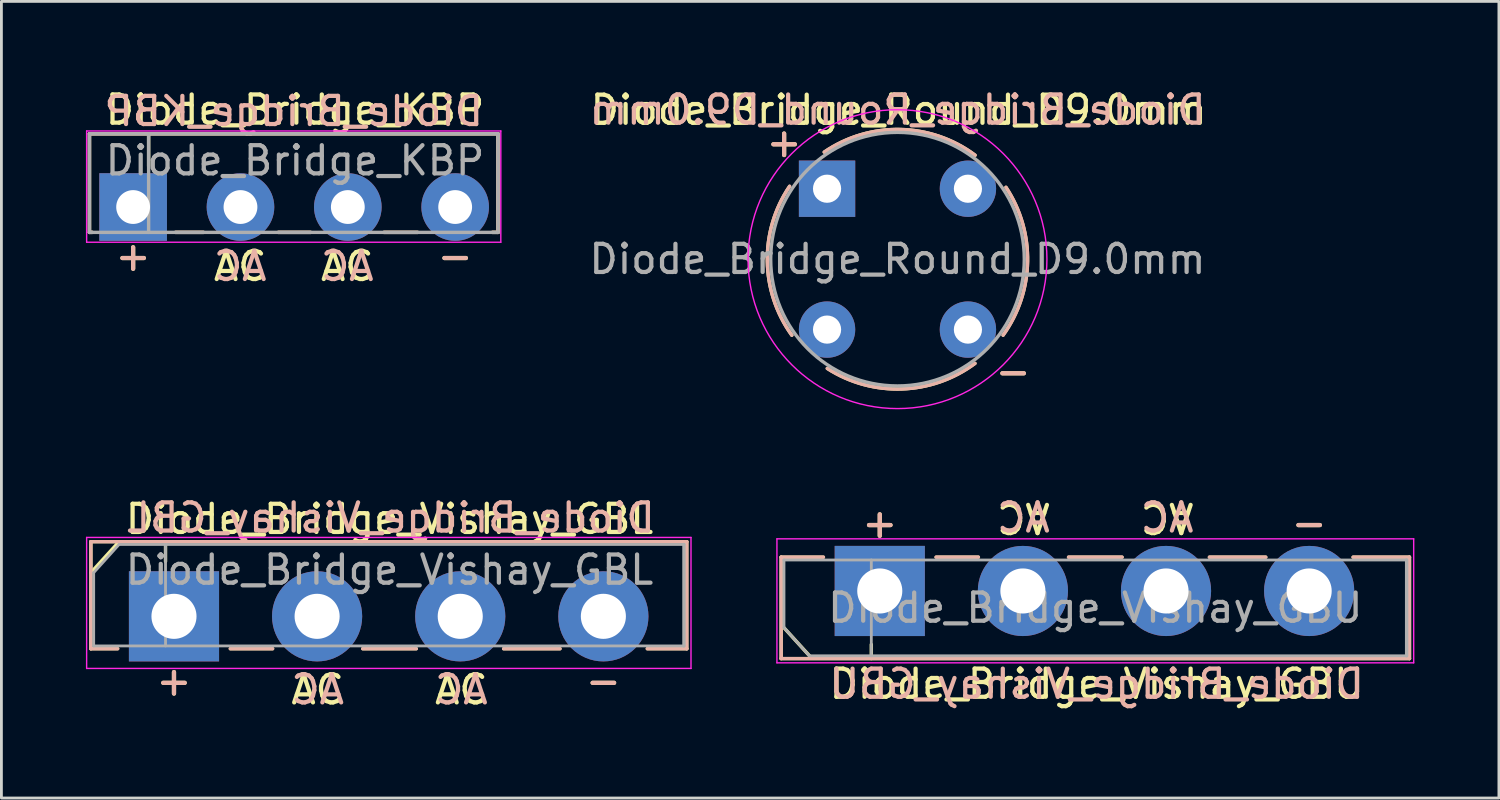
<source format=kicad_pcb>
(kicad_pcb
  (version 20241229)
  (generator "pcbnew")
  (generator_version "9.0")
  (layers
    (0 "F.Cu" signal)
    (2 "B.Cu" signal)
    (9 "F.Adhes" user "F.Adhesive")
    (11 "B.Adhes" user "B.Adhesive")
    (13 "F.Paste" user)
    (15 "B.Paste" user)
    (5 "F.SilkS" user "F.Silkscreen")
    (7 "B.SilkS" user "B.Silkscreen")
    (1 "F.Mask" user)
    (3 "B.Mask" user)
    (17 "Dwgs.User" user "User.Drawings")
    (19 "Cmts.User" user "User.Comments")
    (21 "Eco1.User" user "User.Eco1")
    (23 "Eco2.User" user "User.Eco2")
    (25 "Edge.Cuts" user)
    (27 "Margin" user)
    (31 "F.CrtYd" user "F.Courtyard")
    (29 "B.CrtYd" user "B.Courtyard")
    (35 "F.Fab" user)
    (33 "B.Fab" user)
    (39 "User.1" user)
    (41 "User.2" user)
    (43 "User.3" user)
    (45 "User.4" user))
  (footprint "Diode_Bridge_Vishay_GBL"
    (layer "F.Cu")
    (at 3.125 18.825)
    (property "Reference" "Diode_Bridge_Vishay_GBL" (at 7.65 -3.45 0) (layer "F.SilkS") (effects (font (size 1 1) (thickness 0.15))))
    (fp_line (start -2.95 -2.65) (end -2.95 1.15) (stroke (width 0.12) (type solid)) (layer "F.SilkS"))
    (fp_line (start -2.95 -1.55) (end -1.95 -2.65) (stroke (width 0.12) (type solid)) (layer "F.SilkS"))
    (fp_line (start -2.95 1.15) (end -2 1.15) (stroke (width 0.12) (type solid)) (layer "F.SilkS"))
    (fp_line (start -0.3 -2.65) (end -0.3 -1.95) (stroke (width 0.12) (type solid)) (layer "F.SilkS"))
    (fp_line (start 2 1.15) (end 3.5 1.15) (stroke (width 0.12) (type solid)) (layer "F.SilkS"))
    (fp_line (start 6.7 1.15) (end 8.6 1.15) (stroke (width 0.12) (type solid)) (layer "F.SilkS"))
    (fp_line (start 11.7 1.15) (end 13.7 1.15) (stroke (width 0.12) (type solid)) (layer "F.SilkS"))
    (fp_line (start 16.8 1.15) (end 18.2 1.15) (stroke (width 0.12) (type solid)) (layer "F.SilkS"))
    (fp_line (start 18.2 -2.65) (end -2.95 -2.65) (stroke (width 0.12) (type solid)) (layer "F.SilkS"))
    (fp_line (start 18.2 1.15) (end 18.2 -2.65) (stroke (width 0.12) (type solid)) (layer "F.SilkS"))
    (fp_line (start -2.95 -2.65) (end -2.95 1.15) (stroke (width 0.12) (type solid)) (layer "B.SilkS"))
    (fp_line (start -2.95 1.15) (end -2 1.15) (stroke (width 0.12) (type solid)) (layer "B.SilkS"))
    (fp_line (start 2 1.15) (end 3.5 1.15) (stroke (width 0.12) (type solid)) (layer "B.SilkS"))
    (fp_line (start 6.7 1.15) (end 8.6 1.15) (stroke (width 0.12) (type solid)) (layer "B.SilkS"))
    (fp_line (start 11.7 1.15) (end 13.7 1.15) (stroke (width 0.12) (type solid)) (layer "B.SilkS"))
    (fp_line (start 16.8 1.15) (end 18.2 1.15) (stroke (width 0.12) (type solid)) (layer "B.SilkS"))
    (fp_line (start 18.2 -2.65) (end -2.95 -2.65) (stroke (width 0.12) (type solid)) (layer "B.SilkS"))
    (fp_line (start 18.2 1.15) (end 18.2 -2.65) (stroke (width 0.12) (type solid)) (layer "B.SilkS"))
    (fp_line (start -3.1 1.85) (end -3.1 -2.8) (stroke (width 0.05) (type solid)) (layer "F.CrtYd"))
    (fp_line (start -3.1 1.85) (end 18.35 1.85) (stroke (width 0.05) (type solid)) (layer "F.CrtYd"))
    (fp_line (start 18.35 -2.8) (end -3.1 -2.8) (stroke (width 0.05) (type solid)) (layer "F.CrtYd"))
    (fp_line (start 18.35 -2.8) (end 18.35 1.85) (stroke (width 0.05) (type solid)) (layer "F.CrtYd"))
    (fp_line (start -2.85 -1.55) (end -2.85 1.05) (stroke (width 0.1) (type solid)) (layer "F.Fab"))
    (fp_line (start -2.85 1.05) (end 18.1 1.05) (stroke (width 0.1) (type solid)) (layer "F.Fab"))
    (fp_line (start -1.95 -2.55) (end -2.85 -1.55) (stroke (width 0.1) (type solid)) (layer "F.Fab"))
    (fp_line (start -0.3 -2.55) (end -0.3 1.05) (stroke (width 0.1) (type solid)) (layer "F.Fab"))
    (fp_line (start 18.1 -2.55) (end -1.95 -2.55) (stroke (width 0.1) (type solid)) (layer "F.Fab"))
    (fp_line (start 18.1 1.05) (end 18.1 -2.55) (stroke (width 0.12) (type solid)) (layer "F.Fab"))
    (fp_text user "-" (at 15.24 2.286 0) (layer "F.SilkS") (effects (font (size 1 1) (thickness 0.15))))
    (fp_text user "AC" (at 10.2 2.6 0) (layer "F.SilkS") (effects (font (size 1 1) (thickness 0.15))))
    (fp_text user "AC" (at 5.1 2.6 0) (layer "F.SilkS") (effects (font (size 1 1) (thickness 0.15))))
    (fp_text user "+" (at 0 2.286 0) (layer "F.SilkS") (effects (font (size 1 1) (thickness 0.15))))
    (fp_text user "AC" (at 10.2 2.6 0) (layer "B.SilkS") (effects (font (size 1 1) (thickness 0.15)) (justify mirror)))
    (fp_text user "${REFERENCE}" (at 7.7 -3.5 0) (layer "B.SilkS") (effects (font (size 1 1) (thickness 0.15)) (justify mirror)))
    (fp_text user "AC" (at 5.1 2.6 0) (layer "B.SilkS") (effects (font (size 1 1) (thickness 0.15)) (justify mirror)))
    (fp_text user "+" (at 0 2.286 0) (layer "B.SilkS") (effects (font (size 1 1) (thickness 0.15)) (justify mirror)))
    (fp_text user "-" (at 15.24 2.286 0) (layer "B.SilkS") (effects (font (size 1 1) (thickness 0.15)) (justify mirror)))
    (fp_text user "${REFERENCE}" (at 7.65 -1.65 0) (layer "F.Fab") (effects (font (size 1 1) (thickness 0.15))))
    (pad "1" thru_hole rect (at 0 0 180) (size 3.2 3.2) (drill 1.6) (layers "*.Cu" "*.Mask"))
    (pad "2" thru_hole circle (at 5.08 0 180) (size 3.2 3.2) (drill 1.6) (layers "*.Cu" "*.Mask"))
    (pad "3" thru_hole circle (at 10.16 0 180) (size 3.2 3.2) (drill 1.6) (layers "*.Cu" "*.Mask"))
    (pad "4" thru_hole circle (at 15.24 0 180) (size 3.2 3.2) (drill 1.6) (layers "*.Cu" "*.Mask")))
  (footprint "Diode_Bridge_Vishay_GBU"
    (layer "F.Cu")
    (at 28.175 17.925)
    (property "Reference" "Diode_Bridge_Vishay_GBU" (at 7.7 3.3 180) (layer "F.SilkS") (effects (font (size 1 1) (thickness 0.15))))
    (fp_line (start -3.5 -1.2) (end -2 -1.2) (stroke (width 0.12) (type solid)) (layer "F.SilkS"))
    (fp_line (start -3.5 2.4) (end -3.5 -1.2) (stroke (width 0.12) (type solid)) (layer "F.SilkS"))
    (fp_line (start -3.45 1.25) (end -2.45 2.35) (stroke (width 0.12) (type solid)) (layer "F.SilkS"))
    (fp_line (start -0.3 2.4) (end -0.3 1.9) (stroke (width 0.12) (type solid)) (layer "F.SilkS"))
    (fp_line (start 2 -1.2) (end 3.5 -1.2) (stroke (width 0.12) (type solid)) (layer "F.SilkS"))
    (fp_line (start 6.7 -1.2) (end 8.6 -1.2) (stroke (width 0.12) (type solid)) (layer "F.SilkS"))
    (fp_line (start 11.7 -1.2) (end 13.7 -1.2) (stroke (width 0.12) (type solid)) (layer "F.SilkS"))
    (fp_line (start 16.8 -1.2) (end 18.8 -1.2) (stroke (width 0.12) (type solid)) (layer "F.SilkS"))
    (fp_line (start 18.8 -1.2) (end 18.8 2.4) (stroke (width 0.12) (type solid)) (layer "F.SilkS"))
    (fp_line (start 18.8 2.4) (end -3.5 2.4) (stroke (width 0.12) (type solid)) (layer "F.SilkS"))
    (fp_line (start -3.5 -1.2) (end -2 -1.2) (stroke (width 0.12) (type solid)) (layer "B.SilkS"))
    (fp_line (start -3.5 2.4) (end -3.5 -1.2) (stroke (width 0.12) (type solid)) (layer "B.SilkS"))
    (fp_line (start 2 -1.2) (end 3.5 -1.2) (stroke (width 0.12) (type solid)) (layer "B.SilkS"))
    (fp_line (start 6.7 -1.2) (end 8.6 -1.2) (stroke (width 0.12) (type solid)) (layer "B.SilkS"))
    (fp_line (start 11.7 -1.2) (end 13.7 -1.2) (stroke (width 0.12) (type solid)) (layer "B.SilkS"))
    (fp_line (start 16.8 -1.2) (end 18.8 -1.2) (stroke (width 0.12) (type solid)) (layer "B.SilkS"))
    (fp_line (start 18.8 -1.2) (end 18.8 2.4) (stroke (width 0.12) (type solid)) (layer "B.SilkS"))
    (fp_line (start 18.8 2.4) (end -3.5 2.4) (stroke (width 0.12) (type solid)) (layer "B.SilkS"))
    (fp_line (start -3.65 2.55) (end -3.65 -1.85) (stroke (width 0.05) (type solid)) (layer "F.CrtYd"))
    (fp_line (start -3.65 2.55) (end 18.95 2.55) (stroke (width 0.05) (type solid)) (layer "F.CrtYd"))
    (fp_line (start 18.95 -1.85) (end -3.65 -1.85) (stroke (width 0.05) (type solid)) (layer "F.CrtYd"))
    (fp_line (start 18.95 -1.85) (end 18.95 2.55) (stroke (width 0.05) (type solid)) (layer "F.CrtYd"))
    (fp_line (start -3.4 -1.1) (end 18.7 -1.1) (stroke (width 0.1) (type solid)) (layer "F.Fab"))
    (fp_line (start -3.4 1.3) (end -3.4 -1.1) (stroke (width 0.1) (type solid)) (layer "F.Fab"))
    (fp_line (start -2.5 2.3) (end -3.4 1.3) (stroke (width 0.1) (type solid)) (layer "F.Fab"))
    (fp_line (start -0.3 2.3) (end -0.3 -1.1) (stroke (width 0.1) (type solid)) (layer "F.Fab"))
    (fp_line (start 18.7 -1.1) (end 18.7 2.3) (stroke (width 0.12) (type solid)) (layer "F.Fab"))
    (fp_line (start 18.7 2.3) (end -2.5 2.3) (stroke (width 0.1) (type solid)) (layer "F.Fab"))
    (fp_text user "-" (at 15.24 -2.413 0) (layer "F.SilkS") (effects (font (size 1 1) (thickness 0.15))))
    (fp_text user "AC" (at 5.1 -2.6 180) (unlocked yes) (layer "F.SilkS") (effects (font (size 1 1) (thickness 0.15))))
    (fp_text user "AC" (at 10.2 -2.6 180) (unlocked yes) (layer "F.SilkS") (effects (font (size 1 1) (thickness 0.15))))
    (fp_text user "+" (at 0 -2.413 0) (layer "F.SilkS") (effects (font (size 1 1) (thickness 0.15))))
    (fp_text user "${REFERENCE}" (at 7.7 3.3 0) (layer "B.SilkS") (effects (font (size 1 1) (thickness 0.15)) (justify mirror)))
    (fp_text user "+" (at 0 -2.413 0) (layer "B.SilkS") (effects (font (size 1 1) (thickness 0.15)) (justify mirror)))
    (fp_text user "AC" (at 5.1 -2.6 0) (unlocked yes) (layer "B.SilkS") (effects (font (size 1 1) (thickness 0.15)) (justify mirror)))
    (fp_text user "-" (at 15.24 -2.413 0) (layer "B.SilkS") (effects (font (size 1 1) (thickness 0.15)) (justify mirror)))
    (fp_text user "AC" (at 10.2 -2.6 0) (unlocked yes) (layer "B.SilkS") (effects (font (size 1 1) (thickness 0.15)) (justify mirror)))
    (fp_text user "${REFERENCE}" (at 7.65 0.6 180) (layer "F.Fab") (effects (font (size 1 1) (thickness 0.15))))
    (pad "1" thru_hole rect (at 0 0) (size 3.2 3.2) (drill 1.6) (layers "*.Cu" "*.Mask"))
    (pad "2" thru_hole circle (at 5.08 0) (size 3.2 3.2) (drill 1.6) (layers "*.Cu" "*.Mask"))
    (pad "3" thru_hole circle (at 10.16 0) (size 3.2 3.2) (drill 1.6) (layers "*.Cu" "*.Mask"))
    (pad "4" thru_hole circle (at 15.24 0) (size 3.2 3.2) (drill 1.6) (layers "*.Cu" "*.Mask")))
  (footprint "Diode_Bridge_KBP"
    (layer "F.Cu")
    (at 1.675 4.298)
    (property "Reference" "Diode_Bridge_KBP" (at 5.745 -3.45 0) (layer "F.SilkS") (effects (font (size 1 1) (thickness 0.15))))
    (fp_line (start -1.55 -2.6) (end 12.95 -2.6) (stroke (width 0.12) (type solid)) (layer "F.SilkS"))
    (fp_line (start -1.55 0.9) (end -1.55 -2.6) (stroke (width 0.12) (type solid)) (layer "F.SilkS"))
    (fp_line (start -1.45 0.9) (end -1.55 0.9) (stroke (width 0.12) (type solid)) (layer "F.SilkS"))
    (fp_line (start 0.55 -2.6) (end 0.55 -1.45) (stroke (width 0.12) (type solid)) (layer "F.SilkS"))
    (fp_line (start 2.5 0.9) (end 1.5 0.9) (stroke (width 0.12) (type solid)) (layer "F.SilkS"))
    (fp_line (start 6.3 0.9) (end 5.15 0.9) (stroke (width 0.12) (type solid)) (layer "F.SilkS"))
    (fp_line (start 10.1 0.9) (end 8.9 0.9) (stroke (width 0.12) (type solid)) (layer "F.SilkS"))
    (fp_line (start 12.95 -2.6) (end 12.95 0.9) (stroke (width 0.12) (type solid)) (layer "F.SilkS"))
    (fp_line (start 12.95 0.9) (end 12.75 0.9) (stroke (width 0.12) (type solid)) (layer "F.SilkS"))
    (fp_line (start -1.55 -2.6) (end 12.95 -2.6) (stroke (width 0.12) (type solid)) (layer "B.SilkS"))
    (fp_line (start -1.55 0.9) (end -1.55 -2.6) (stroke (width 0.12) (type solid)) (layer "B.SilkS"))
    (fp_line (start -1.45 0.9) (end -1.55 0.9) (stroke (width 0.12) (type solid)) (layer "B.SilkS"))
    (fp_line (start 2.5 0.9) (end 1.5 0.9) (stroke (width 0.12) (type solid)) (layer "B.SilkS"))
    (fp_line (start 6.3 0.9) (end 5.15 0.9) (stroke (width 0.12) (type solid)) (layer "B.SilkS"))
    (fp_line (start 10.1 0.9) (end 8.9 0.9) (stroke (width 0.12) (type solid)) (layer "B.SilkS"))
    (fp_line (start 12.95 -2.6) (end 12.95 0.9) (stroke (width 0.12) (type solid)) (layer "B.SilkS"))
    (fp_line (start 12.95 0.9) (end 12.75 0.9) (stroke (width 0.12) (type solid)) (layer "B.SilkS"))
    (fp_line (start -1.65 -2.7) (end -1.65 1.25) (stroke (width 0.05) (type solid)) (layer "F.CrtYd"))
    (fp_line (start -1.65 1.25) (end 13.05 1.25) (stroke (width 0.05) (type solid)) (layer "F.CrtYd"))
    (fp_line (start 13.05 -2.7) (end -1.65 -2.7) (stroke (width 0.05) (type solid)) (layer "F.CrtYd"))
    (fp_line (start 13.05 1.25) (end 13.05 -2.7) (stroke (width 0.05) (type solid)) (layer "F.CrtYd"))
    (fp_line (start -1.55 -2.6) (end 12.95 -2.6) (stroke (width 0.12) (type solid)) (layer "F.Fab"))
    (fp_line (start -1.55 0.9) (end -1.55 -2.6) (stroke (width 0.12) (type solid)) (layer "F.Fab"))
    (fp_line (start 0.55 -2.6) (end 0.55 0.9) (stroke (width 0.12) (type solid)) (layer "F.Fab"))
    (fp_line (start 12.95 -2.6) (end 12.95 0.9) (stroke (width 0.12) (type solid)) (layer "F.Fab"))
    (fp_line (start 12.95 0.9) (end -1.55 0.9) (stroke (width 0.12) (type solid)) (layer "F.Fab"))
    (fp_text user "AC" (at 3.8 2.1 0) (layer "F.SilkS") (effects (font (size 1 1) (thickness 0.15))))
    (fp_text user "-" (at 11.43 1.736 0) (layer "F.SilkS") (effects (font (size 1 1) (thickness 0.15))))
    (fp_text user "AC" (at 7.6 2.1 0) (layer "F.SilkS") (effects (font (size 1 1) (thickness 0.15))))
    (fp_text user "+" (at 0 1.736 0) (layer "F.SilkS") (effects (font (size 1 1) (thickness 0.15))))
    (fp_text user "-" (at 11.43 1.736 0) (layer "B.SilkS") (effects (font (size 1 1) (thickness 0.15)) (justify mirror)))
    (fp_text user "AC" (at 7.6 2.1 0) (layer "B.SilkS") (effects (font (size 1 1) (thickness 0.15)) (justify mirror)))
    (fp_text user "+" (at 0 1.736 0) (layer "B.SilkS") (effects (font (size 1 1) (thickness 0.15)) (justify mirror)))
    (fp_text user "AC" (at 3.8 2.1 0) (layer "B.SilkS") (effects (font (size 1 1) (thickness 0.15)) (justify mirror)))
    (fp_text user "${REFERENCE}" (at 5.7 -3.4 0) (layer "B.SilkS") (effects (font (size 1 1) (thickness 0.15)) (justify mirror)))
    (fp_text user "${REFERENCE}" (at 5.745 -1.65 0) (layer "F.Fab") (effects (font (size 1 1) (thickness 0.15))))
    (pad "1" thru_hole rect (at 0 0 180) (size 2.4 2.4) (drill 1.2) (layers "*.Cu" "*.Mask"))
    (pad "2" thru_hole circle (at 3.81 0 180) (size 2.4 2.4) (drill 1.2) (layers "*.Cu" "*.Mask"))
    (pad "3" thru_hole circle (at 7.62 0 180) (size 2.4 2.4) (drill 1.2) (layers "*.Cu" "*.Mask"))
    (pad "4" thru_hole circle (at 11.43 0 180) (size 2.4 2.4) (drill 1.2) (layers "*.Cu" "*.Mask")))
  (footprint "Diode_Bridge_Round_D9.0mm"
    (layer "F.Cu")
    (at 26.304 3.648)
    (property "Reference" "Diode_Bridge_Round_D9.0mm" (at 2.54 -2.794 0) (layer "F.SilkS") (effects (font (size 1 1) (thickness 0.15))))
    (fp_arc (start -1.25 5.2) (mid -2.120355 2.569427) (end -1.329431 -0.086109) (stroke (width 0.12) (type solid)) (layer "F.SilkS"))
    (fp_arc (start -0.1 -1.3) (mid 2.595106 -2.103363) (end 5.254731 -1.189371) (stroke (width 0.12) (type solid)) (layer "F.SilkS"))
    (fp_arc (start 5.25 6.2) (mid 2.657169 7.107363) (end 0.008533 6.3788) (stroke (width 0.12) (type solid)) (layer "F.SilkS"))
    (fp_arc (start 6.35 -0.05) (mid 7.117021 2.590098) (end 6.247584 5.198261) (stroke (width 0.12) (type solid)) (layer "F.SilkS"))
    (fp_arc (start -1.25 5.2) (mid -2.120532 2.569431) (end -1.329431 -0.086107) (stroke (width 0.12) (type solid)) (layer "B.SilkS"))
    (fp_arc (start -0.1 -1.3) (mid 2.595097 -2.103005) (end 5.254728 -1.189371) (stroke (width 0.12) (type solid)) (layer "B.SilkS"))
    (fp_arc (start 5.25 6.2) (mid 2.657155 7.106922) (end 0.008535 6.378801) (stroke (width 0.12) (type solid)) (layer "B.SilkS"))
    (fp_arc (start 6.35 -0.05) (mid 7.117374 2.590104) (end 6.247584 5.19826) (stroke (width 0.12) (type solid)) (layer "B.SilkS"))
    (fp_circle (center 2.5 2.5) (end -1.3 -1.2) (stroke (width 0.05) (type solid)) (fill no) (layer "F.CrtYd"))
    (fp_arc (start -2 2.5) (mid 7 2.5) (end -2 2.5) (stroke (width 0.12) (type solid)) (layer "F.Fab"))
    (fp_text user "+" (at -1.524 -1.651 0) (layer "F.SilkS") (effects (font (size 1 1) (thickness 0.15))))
    (fp_text user "-" (at 6.604 6.477 0) (layer "F.SilkS") (effects (font (size 1 1) (thickness 0.15))))
    (fp_text user "-" (at 6.604 6.477 0) (layer "B.SilkS") (effects (font (size 1 1) (thickness 0.15)) (justify mirror)))
    (fp_text user "${REFERENCE}" (at 2.5 -2.8 0) (layer "B.SilkS") (effects (font (size 1 1) (thickness 0.15)) (justify mirror)))
    (fp_text user "+" (at -1.524 -1.651 0) (layer "B.SilkS") (effects (font (size 1 1) (thickness 0.15)) (justify mirror)))
    (fp_text user "${REFERENCE}" (at 2.5 2.5 0) (layer "F.Fab") (effects (font (size 1 1) (thickness 0.15))))
    (pad "1" thru_hole rect (at 0 0) (size 2 2) (drill 1) (layers "*.Cu" "*.Mask"))
    (pad "2" thru_hole oval (at 0 5) (size 2 2) (drill 1) (layers "*.Cu" "*.Mask"))
    (pad "3" thru_hole oval (at 5 5) (size 2 2) (drill 1) (layers "*.Cu" "*.Mask"))
    (pad "4" thru_hole oval (at 5 0) (size 2 2) (drill 1) (layers "*.Cu" "*.Mask")))
  (gr_rect
    (start -3 -3)
    (end 50.15 25.274)
    (stroke (width 0.1) (type default))
    (fill no)
    (layer "Edge.Cuts")))
</source>
